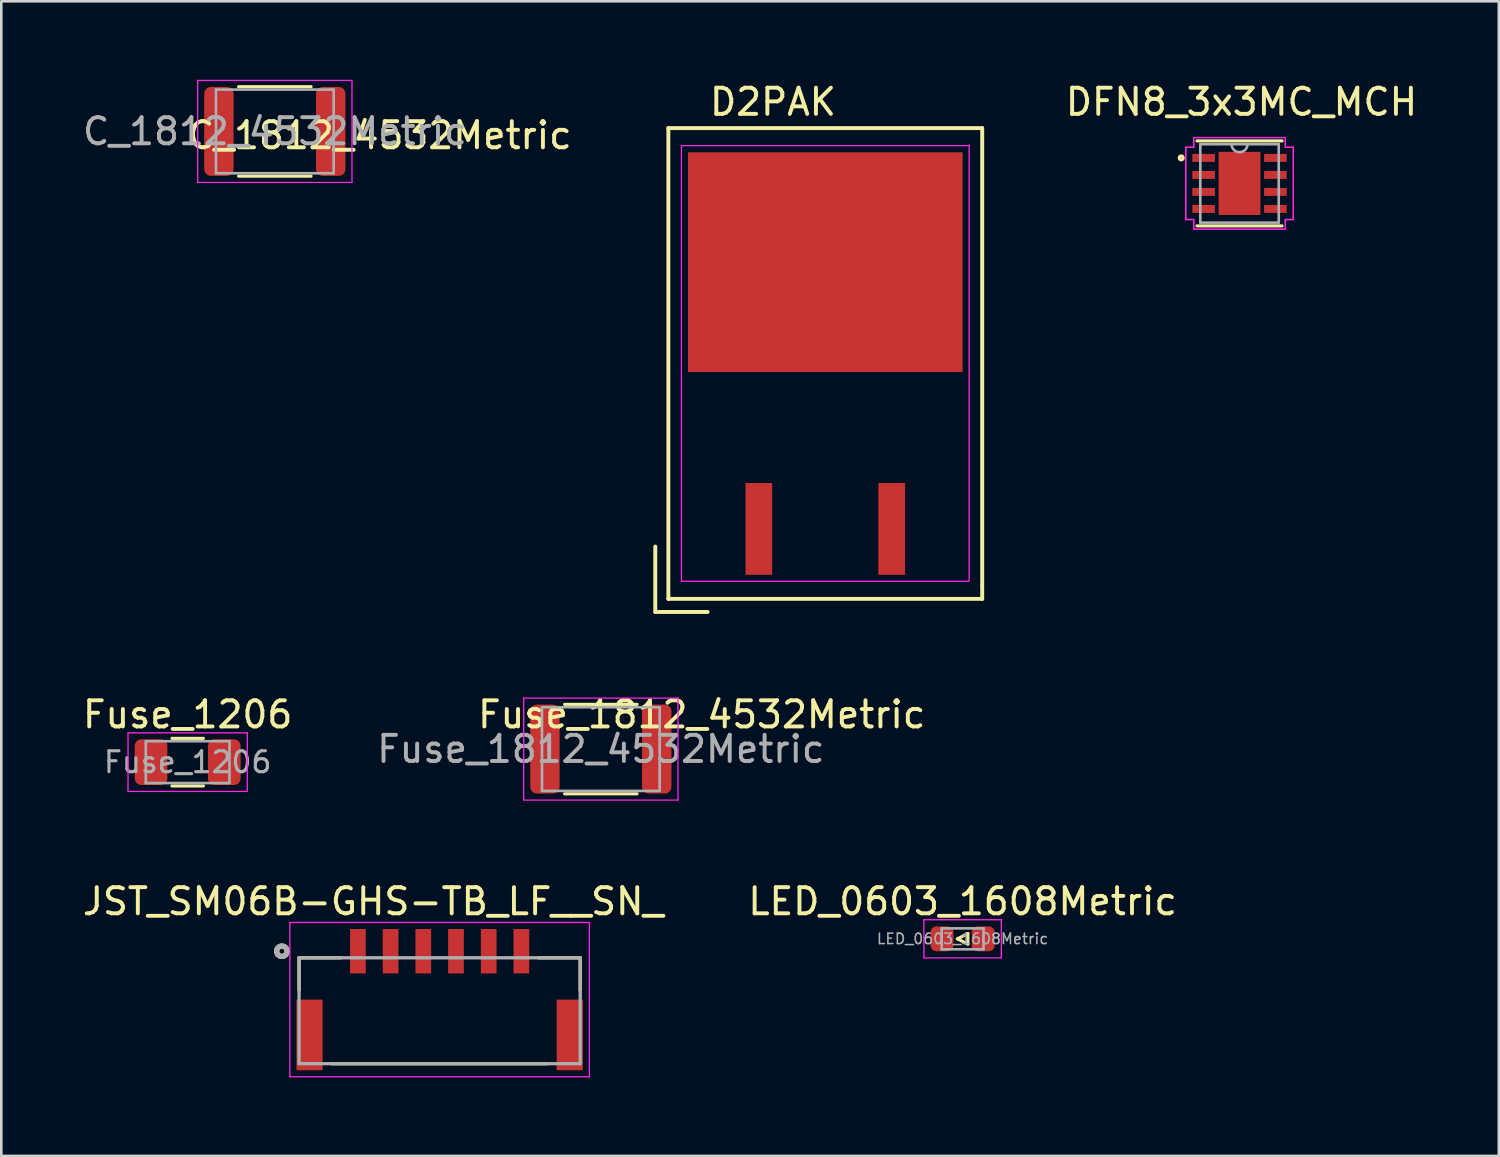
<source format=kicad_pcb>
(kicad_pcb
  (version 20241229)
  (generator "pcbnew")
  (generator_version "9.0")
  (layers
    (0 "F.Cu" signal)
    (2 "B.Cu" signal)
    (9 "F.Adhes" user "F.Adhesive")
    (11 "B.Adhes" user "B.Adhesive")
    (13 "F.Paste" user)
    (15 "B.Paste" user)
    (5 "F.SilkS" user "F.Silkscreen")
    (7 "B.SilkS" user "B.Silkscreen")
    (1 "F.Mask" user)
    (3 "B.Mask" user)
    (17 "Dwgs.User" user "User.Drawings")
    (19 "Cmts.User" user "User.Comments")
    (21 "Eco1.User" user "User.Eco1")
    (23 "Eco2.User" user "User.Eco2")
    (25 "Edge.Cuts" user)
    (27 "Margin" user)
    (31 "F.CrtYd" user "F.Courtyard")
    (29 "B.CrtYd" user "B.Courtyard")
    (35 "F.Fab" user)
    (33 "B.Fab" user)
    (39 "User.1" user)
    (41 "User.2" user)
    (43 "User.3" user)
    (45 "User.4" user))
  (footprint "D2PAK"
    (layer "F.Cu")
    (at 28.505 10.848)
    (property "Reference" "D2PAK" (at -2 -10 180) (layer "F.SilkS") (effects (font (size 1 1) (thickness 0.15))))
    (attr smd)
    (fp_line (start -6.5 7) (end -6.5 9.5) (stroke (width 0.15) (type solid)) (layer "F.SilkS"))
    (fp_line (start -6.5 9.5) (end -4.5 9.5) (stroke (width 0.15) (type solid)) (layer "F.SilkS"))
    (fp_line (start -6 -9) (end -6 9) (stroke (width 0.15) (type solid)) (layer "F.SilkS"))
    (fp_line (start -6 9) (end 6 9) (stroke (width 0.15) (type solid)) (layer "F.SilkS"))
    (fp_line (start 6 -9) (end -6 -9) (stroke (width 0.15) (type solid)) (layer "F.SilkS"))
    (fp_line (start 6 8.5) (end 6 -9) (stroke (width 0.15) (type solid)) (layer "F.SilkS"))
    (fp_line (start 6 9) (end 6 8.5) (stroke (width 0.15) (type solid)) (layer "F.SilkS"))
    (fp_line (start -5.5 -8.33) (end 5.5 -8.33) (stroke (width 0.05) (type solid)) (layer "F.CrtYd"))
    (fp_line (start -5.5 8.33) (end -5.5 -8.33) (stroke (width 0.05) (type solid)) (layer "F.CrtYd"))
    (fp_line (start 5.5 -8.36) (end 5.5 8.3) (stroke (width 0.05) (type solid)) (layer "F.CrtYd"))
    (fp_line (start 5.5 8.33) (end -5.5 8.33) (stroke (width 0.05) (type solid)) (layer "F.CrtYd"))
    (pad "1" smd rect (at -2.54 6.325) (size 1.02 3.51) (layers "F.Cu" "F.Mask" "F.Paste"))
    (pad "2" smd rect (at 0 -3.875) (size 10.5 8.4) (layers "F.Cu" "F.Mask" "F.Paste"))
    (pad "3" smd rect (at 2.54 6.325) (size 1.02 3.51) (layers "F.Cu" "F.Mask" "F.Paste")))
  (footprint "Fuse_1812_4532Metric"
    (layer "F.Cu")
    (at 19.923 25.592)
    (property "Reference" "Fuse_1812_4532Metric" (at 3.857 -1.321 180) (layer "F.SilkS") (effects (font (size 1 1) (thickness 0.15))))
    (attr smd)
    (fp_line (start -1.386 -1.71) (end 1.386 -1.71) (stroke (width 0.12) (type solid)) (layer "F.SilkS"))
    (fp_line (start -1.386 1.71) (end 1.386 1.71) (stroke (width 0.12) (type solid)) (layer "F.SilkS"))
    (fp_line (start -2.95 -1.95) (end 2.95 -1.95) (stroke (width 0.05) (type solid)) (layer "F.CrtYd"))
    (fp_line (start -2.95 1.95) (end -2.95 -1.95) (stroke (width 0.05) (type solid)) (layer "F.CrtYd"))
    (fp_line (start 2.95 -1.95) (end 2.95 1.95) (stroke (width 0.05) (type solid)) (layer "F.CrtYd"))
    (fp_line (start 2.95 1.95) (end -2.95 1.95) (stroke (width 0.05) (type solid)) (layer "F.CrtYd"))
    (fp_line (start -2.25 -1.6) (end 2.25 -1.6) (stroke (width 0.1) (type solid)) (layer "F.Fab"))
    (fp_line (start -2.25 1.6) (end -2.25 -1.6) (stroke (width 0.1) (type solid)) (layer "F.Fab"))
    (fp_line (start 2.25 -1.6) (end 2.25 1.6) (stroke (width 0.1) (type solid)) (layer "F.Fab"))
    (fp_line (start 2.25 1.6) (end -2.25 1.6) (stroke (width 0.1) (type solid)) (layer "F.Fab"))
    (fp_text user "${REFERENCE}" (at 0 0 180) (layer "F.Fab") (effects (font (size 1 1) (thickness 0.15))))
    (pad "1" smd roundrect (at -2.138 0) (size 1.125 3.4) (layers "F.Cu" "F.Mask" "F.Paste") (roundrect_rratio 0.222))
    (pad "2" smd roundrect (at 2.138 0) (size 1.125 3.4) (layers "F.Cu" "F.Mask" "F.Paste") (roundrect_rratio 0.222)))
  (footprint "Fuse_1206"
    (layer "F.Cu")
    (at 4.125 26.091)
    (property "Reference" "Fuse_1206" (at 0 -1.82 0) (layer "F.SilkS") (effects (font (size 1 1) (thickness 0.15))))
    (attr smd)
    (fp_line (start -0.602 -0.91) (end 0.602 -0.91) (stroke (width 0.12) (type solid)) (layer "F.SilkS"))
    (fp_line (start -0.602 0.91) (end 0.602 0.91) (stroke (width 0.12) (type solid)) (layer "F.SilkS"))
    (fp_line (start -2.28 -1.12) (end 2.28 -1.12) (stroke (width 0.05) (type solid)) (layer "F.CrtYd"))
    (fp_line (start -2.28 1.12) (end -2.28 -1.12) (stroke (width 0.05) (type solid)) (layer "F.CrtYd"))
    (fp_line (start 2.28 -1.12) (end 2.28 1.12) (stroke (width 0.05) (type solid)) (layer "F.CrtYd"))
    (fp_line (start 2.28 1.12) (end -2.28 1.12) (stroke (width 0.05) (type solid)) (layer "F.CrtYd"))
    (fp_line (start -1.6 -0.8) (end 1.6 -0.8) (stroke (width 0.1) (type solid)) (layer "F.Fab"))
    (fp_line (start -1.6 0.8) (end -1.6 -0.8) (stroke (width 0.1) (type solid)) (layer "F.Fab"))
    (fp_line (start 1.6 -0.8) (end 1.6 0.8) (stroke (width 0.1) (type solid)) (layer "F.Fab"))
    (fp_line (start 1.6 0.8) (end -1.6 0.8) (stroke (width 0.1) (type solid)) (layer "F.Fab"))
    (fp_text user "${REFERENCE}" (at 0 0 0) (layer "F.Fab") (effects (font (size 0.8 0.8) (thickness 0.12))))
    (pad "1" smd roundrect (at -1.4 0) (size 1.25 1.75) (layers "F.Cu" "F.Mask" "F.Paste") (roundrect_rratio 0.2))
    (pad "2" smd roundrect (at 1.4 0) (size 1.25 1.75) (layers "F.Cu" "F.Mask" "F.Paste") (roundrect_rratio 0.2)))
  (footprint "DFN8_3x3MC_MCH"
    (layer "F.Cu")
    (at 44.344 3.963)
    (property "Reference" "DFN8_3x3MC_MCH" (at 0.075 -3.115 0) (layer "F.SilkS") (effects (font (size 1 1) (thickness 0.15))))
    (attr through_hole)
    (fp_line (start -1.626 1.625) (end 1.625 1.625) (stroke (width 0.12) (type solid)) (layer "F.SilkS"))
    (fp_line (start 1.626 -1.626) (end -1.626 -1.626) (stroke (width 0.12) (type solid)) (layer "F.SilkS"))
    (fp_circle (center -2.23 -0.975) (end -2.154 -0.975) (stroke (width 0.12) (type solid)) (fill no) (layer "F.SilkS"))
    (fp_line (start -2.057 -1.381) (end -1.753 -1.381) (stroke (width 0.05) (type solid)) (layer "F.CrtYd"))
    (fp_line (start -2.057 -1.381) (end -1.753 -1.381) (stroke (width 0.05) (type solid)) (layer "F.CrtYd"))
    (fp_line (start -2.057 1.381) (end -2.057 -1.381) (stroke (width 0.05) (type solid)) (layer "F.CrtYd"))
    (fp_line (start -2.057 1.381) (end -2.057 -1.381) (stroke (width 0.05) (type solid)) (layer "F.CrtYd"))
    (fp_line (start -2.057 1.381) (end -1.753 1.381) (stroke (width 0.05) (type solid)) (layer "F.CrtYd"))
    (fp_line (start -1.753 -1.753) (end 1.753 -1.753) (stroke (width 0.05) (type solid)) (layer "F.CrtYd"))
    (fp_line (start -1.753 -1.753) (end 1.753 -1.753) (stroke (width 0.05) (type solid)) (layer "F.CrtYd"))
    (fp_line (start -1.753 -1.381) (end -1.753 -1.753) (stroke (width 0.05) (type solid)) (layer "F.CrtYd"))
    (fp_line (start -1.753 -1.381) (end -1.753 -1.753) (stroke (width 0.05) (type solid)) (layer "F.CrtYd"))
    (fp_line (start -1.753 1.381) (end -2.057 1.381) (stroke (width 0.05) (type solid)) (layer "F.CrtYd"))
    (fp_line (start -1.753 1.753) (end -1.753 1.381) (stroke (width 0.05) (type solid)) (layer "F.CrtYd"))
    (fp_line (start -1.753 1.753) (end -1.753 1.381) (stroke (width 0.05) (type solid)) (layer "F.CrtYd"))
    (fp_line (start 1.753 -1.753) (end 1.753 -1.381) (stroke (width 0.05) (type solid)) (layer "F.CrtYd"))
    (fp_line (start 1.753 -1.753) (end 1.753 -1.381) (stroke (width 0.05) (type solid)) (layer "F.CrtYd"))
    (fp_line (start 1.753 -1.381) (end 2.057 -1.381) (stroke (width 0.05) (type solid)) (layer "F.CrtYd"))
    (fp_line (start 1.753 1.381) (end 1.753 1.753) (stroke (width 0.05) (type solid)) (layer "F.CrtYd"))
    (fp_line (start 1.753 1.381) (end 1.753 1.753) (stroke (width 0.05) (type solid)) (layer "F.CrtYd"))
    (fp_line (start 1.753 1.753) (end -1.753 1.753) (stroke (width 0.05) (type solid)) (layer "F.CrtYd"))
    (fp_line (start 1.753 1.753) (end -1.753 1.753) (stroke (width 0.05) (type solid)) (layer "F.CrtYd"))
    (fp_line (start 2.057 -1.381) (end 1.753 -1.381) (stroke (width 0.05) (type solid)) (layer "F.CrtYd"))
    (fp_line (start 2.057 -1.381) (end 2.057 1.381) (stroke (width 0.05) (type solid)) (layer "F.CrtYd"))
    (fp_line (start 2.057 -1.381) (end 2.057 1.381) (stroke (width 0.05) (type solid)) (layer "F.CrtYd"))
    (fp_line (start 2.057 1.381) (end 1.753 1.381) (stroke (width 0.05) (type solid)) (layer "F.CrtYd"))
    (fp_line (start 2.057 1.381) (end 1.753 1.381) (stroke (width 0.05) (type solid)) (layer "F.CrtYd"))
    (fp_line (start -1.499 -1.499) (end -1.499 1.499) (stroke (width 0.1) (type solid)) (layer "F.Fab"))
    (fp_line (start -1.499 1.499) (end 1.499 1.499) (stroke (width 0.1) (type solid)) (layer "F.Fab"))
    (fp_line (start 1.499 -1.499) (end -1.499 -1.499) (stroke (width 0.1) (type solid)) (layer "F.Fab"))
    (fp_line (start 1.499 1.499) (end 1.499 -1.499) (stroke (width 0.1) (type solid)) (layer "F.Fab"))
    (fp_arc (start 0.3048 -1.4986) (mid 0 -1.1938) (end -0.3048 -1.4986) (stroke (width 0.1) (type solid)) (layer "F.Fab"))
    (pad "1" smd rect (at -1.372 -0.975) (size 0.864 0.305) (layers "F.Cu" "F.Mask" "F.Paste"))
    (pad "2" smd rect (at -1.372 -0.325) (size 0.864 0.305) (layers "F.Cu" "F.Mask" "F.Paste"))
    (pad "3" smd rect (at -1.372 0.325) (size 0.864 0.305) (layers "F.Cu" "F.Mask" "F.Paste"))
    (pad "4" smd rect (at -1.372 0.975) (size 0.864 0.305) (layers "F.Cu" "F.Mask" "F.Paste"))
    (pad "5" smd rect (at 1.372 0.975) (size 0.864 0.305) (layers "F.Cu" "F.Mask" "F.Paste"))
    (pad "6" smd rect (at 1.372 0.325) (size 0.864 0.305) (layers "F.Cu" "F.Mask" "F.Paste"))
    (pad "7" smd rect (at 1.372 -0.325) (size 0.864 0.305) (layers "F.Cu" "F.Mask" "F.Paste"))
    (pad "8" smd rect (at 1.372 -0.975) (size 0.864 0.305) (layers "F.Cu" "F.Mask" "F.Paste"))
    (pad "9" smd rect (at 0 0) (size 1.6 2.413) (layers "F.Cu" "F.Mask" "F.Paste")))
  (footprint "JST_SM06B-GHS-TB_LF__SN_"
    (layer "F.Cu")
    (at 13.76 35.196)
    (property "Reference" "JST_SM06B-GHS-TB_LF__SN_" (at -2.54 -3.78 0) (layer "F.SilkS") (effects (font (size 1 1) (thickness 0.15))))
    (attr through_hole)
    (fp_line (start -5.375 -1.625) (end -5.375 -0.375) (stroke (width 0.127) (type solid)) (layer "F.SilkS"))
    (fp_line (start -5.375 -1.625) (end -3.775 -1.625) (stroke (width 0.127) (type solid)) (layer "F.SilkS"))
    (fp_line (start -4.125 2.425) (end 4.125 2.425) (stroke (width 0.127) (type solid)) (layer "F.SilkS"))
    (fp_line (start 5.375 -1.625) (end 3.775 -1.625) (stroke (width 0.127) (type solid)) (layer "F.SilkS"))
    (fp_line (start 5.375 -1.625) (end 5.375 -0.375) (stroke (width 0.127) (type solid)) (layer "F.SilkS"))
    (fp_circle (center -6.032 -1.875) (end -5.933 -1.875) (stroke (width 0.2) (type solid)) (fill no) (layer "F.SilkS"))
    (fp_line (start -5.725 -2.975) (end -5.725 2.925) (stroke (width 0.05) (type solid)) (layer "F.CrtYd"))
    (fp_line (start -5.725 2.925) (end 5.725 2.925) (stroke (width 0.05) (type solid)) (layer "F.CrtYd"))
    (fp_line (start 5.725 -2.975) (end -5.725 -2.975) (stroke (width 0.05) (type solid)) (layer "F.CrtYd"))
    (fp_line (start 5.725 2.925) (end 5.725 -2.975) (stroke (width 0.05) (type solid)) (layer "F.CrtYd"))
    (fp_line (start -5.375 -1.625) (end -5.375 2.425) (stroke (width 0.127) (type solid)) (layer "F.Fab"))
    (fp_line (start -5.375 2.425) (end 5.375 2.425) (stroke (width 0.127) (type solid)) (layer "F.Fab"))
    (fp_line (start 5.375 -1.625) (end -5.375 -1.625) (stroke (width 0.127) (type solid)) (layer "F.Fab"))
    (fp_line (start 5.375 2.425) (end 5.375 -1.625) (stroke (width 0.127) (type solid)) (layer "F.Fab"))
    (fp_circle (center -6.032 -1.875) (end -5.933 -1.875) (stroke (width 0.2) (type solid)) (fill no) (layer "F.Fab"))
    (pad "1" smd rect (at -3.125 -1.875) (size 0.6 1.7) (layers "F.Cu" "F.Mask" "F.Paste"))
    (pad "2" smd rect (at -1.875 -1.875) (size 0.6 1.7) (layers "F.Cu" "F.Mask" "F.Paste"))
    (pad "3" smd rect (at -0.625 -1.875) (size 0.6 1.7) (layers "F.Cu" "F.Mask" "F.Paste"))
    (pad "4" smd rect (at 0.625 -1.875) (size 0.6 1.7) (layers "F.Cu" "F.Mask" "F.Paste"))
    (pad "5" smd rect (at 1.875 -1.875) (size 0.6 1.7) (layers "F.Cu" "F.Mask" "F.Paste"))
    (pad "6" smd rect (at 3.125 -1.875) (size 0.6 1.7) (layers "F.Cu" "F.Mask" "F.Paste"))
    (pad "S1" smd rect (at -4.975 1.325) (size 1 2.7) (layers "F.Cu" "F.Mask" "F.Paste"))
    (pad "S2" smd rect (at 4.975 1.325) (size 1 2.7) (layers "F.Cu" "F.Mask" "F.Paste")))
  (footprint "C_1812_4532Metric"
    (layer "F.Cu")
    (at 7.458 1.975)
    (property "Reference" "C_1812_4532Metric" (at 4.013 0.152 0) (layer "F.SilkS") (effects (font (size 1 1) (thickness 0.15))))
    (attr smd)
    (fp_line (start -1.386 -1.71) (end 1.386 -1.71) (stroke (width 0.12) (type solid)) (layer "F.SilkS"))
    (fp_line (start -1.386 1.71) (end 1.386 1.71) (stroke (width 0.12) (type solid)) (layer "F.SilkS"))
    (fp_line (start -2.95 -1.95) (end 2.95 -1.95) (stroke (width 0.05) (type solid)) (layer "F.CrtYd"))
    (fp_line (start -2.95 1.95) (end -2.95 -1.95) (stroke (width 0.05) (type solid)) (layer "F.CrtYd"))
    (fp_line (start 2.95 -1.95) (end 2.95 1.95) (stroke (width 0.05) (type solid)) (layer "F.CrtYd"))
    (fp_line (start 2.95 1.95) (end -2.95 1.95) (stroke (width 0.05) (type solid)) (layer "F.CrtYd"))
    (fp_line (start -2.25 -1.6) (end 2.25 -1.6) (stroke (width 0.1) (type solid)) (layer "F.Fab"))
    (fp_line (start -2.25 1.6) (end -2.25 -1.6) (stroke (width 0.1) (type solid)) (layer "F.Fab"))
    (fp_line (start 2.25 -1.6) (end 2.25 1.6) (stroke (width 0.1) (type solid)) (layer "F.Fab"))
    (fp_line (start 2.25 1.6) (end -2.25 1.6) (stroke (width 0.1) (type solid)) (layer "F.Fab"))
    (fp_text user "${REFERENCE}" (at 0 0 0) (layer "F.Fab") (effects (font (size 1 1) (thickness 0.15))))
    (pad "1" smd roundrect (at -2.138 0) (size 1.125 3.4) (layers "F.Cu" "F.Mask" "F.Paste") (roundrect_rratio 0.222))
    (pad "2" smd roundrect (at 2.138 0) (size 1.125 3.4) (layers "F.Cu" "F.Mask" "F.Paste") (roundrect_rratio 0.222)))
  (footprint "LED_0603_1608Metric"
    (layer "F.Cu")
    (at 33.756 32.846)
    (property "Reference" "LED_0603_1608Metric" (at 0 -1.43 0) (layer "F.SilkS") (effects (font (size 1 1) (thickness 0.15))))
    (attr smd)
    (fp_line (start -0.2 0) (end 0.2 0.2) (stroke (width 0.12) (type solid)) (layer "F.SilkS"))
    (fp_line (start 0.2 -0.2) (end -0.2 0) (stroke (width 0.12) (type solid)) (layer "F.SilkS"))
    (fp_line (start 0.2 0.2) (end 0.2 -0.2) (stroke (width 0.12) (type solid)) (layer "F.SilkS"))
    (fp_line (start -1.48 -0.73) (end 1.48 -0.73) (stroke (width 0.05) (type solid)) (layer "F.CrtYd"))
    (fp_line (start -1.48 0.73) (end -1.48 -0.73) (stroke (width 0.05) (type solid)) (layer "F.CrtYd"))
    (fp_line (start 1.48 -0.73) (end 1.48 0.73) (stroke (width 0.05) (type solid)) (layer "F.CrtYd"))
    (fp_line (start 1.48 0.73) (end -1.48 0.73) (stroke (width 0.05) (type solid)) (layer "F.CrtYd"))
    (fp_line (start -0.8 -0.4) (end 0.8 -0.4) (stroke (width 0.1) (type solid)) (layer "F.Fab"))
    (fp_line (start -0.8 0.4) (end -0.8 -0.4) (stroke (width 0.1) (type solid)) (layer "F.Fab"))
    (fp_line (start 0.8 -0.4) (end 0.8 0.4) (stroke (width 0.1) (type solid)) (layer "F.Fab"))
    (fp_line (start 0.8 0.4) (end -0.8 0.4) (stroke (width 0.1) (type solid)) (layer "F.Fab"))
    (fp_text user "${REFERENCE}" (at 0 0 0) (layer "F.Fab") (effects (font (size 0.4 0.4) (thickness 0.06))))
    (pad "1" smd roundrect (at -0.787 0) (size 0.875 0.95) (layers "F.Cu" "F.Mask" "F.Paste") (roundrect_rratio 0.25))
    (pad "2" smd roundrect (at 0.787 0) (size 0.875 0.95) (layers "F.Cu" "F.Mask" "F.Paste") (roundrect_rratio 0.25)))
  (gr_rect
    (start -3 -3)
    (end 54.258 41.146)
    (stroke (width 0.1) (type default))
    (fill no)
    (layer "Edge.Cuts")))
</source>
